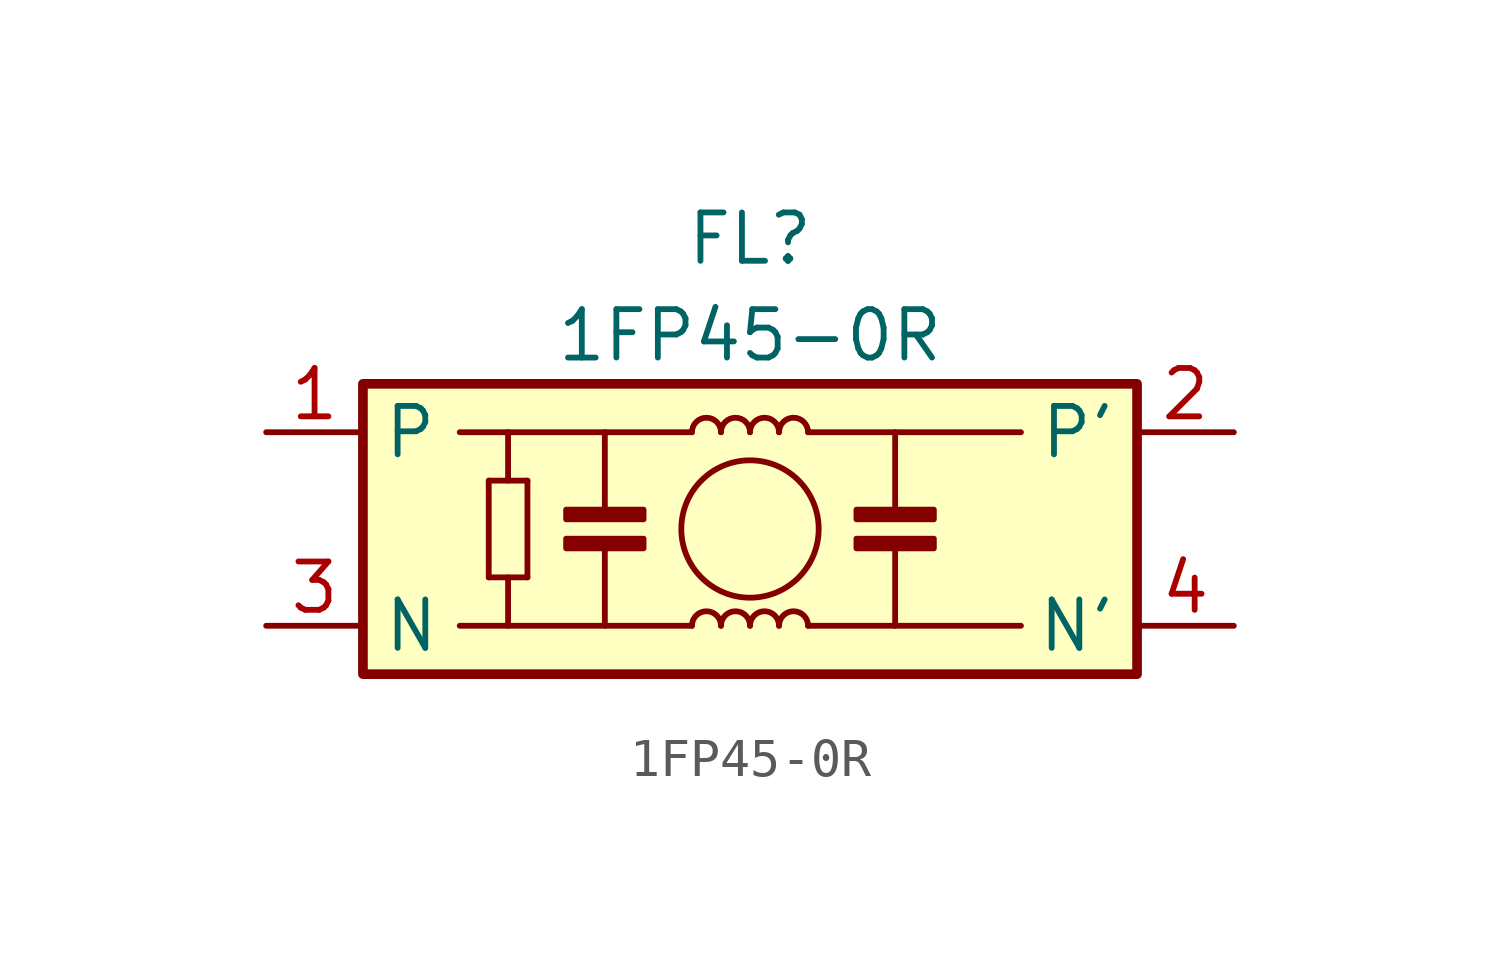
<source format=kicad_sym>
(kicad_symbol_lib
  (version 20220914)
  (generator kicad_symbol_editor)
  (symbol "1FP45-0R"
    (property "Reference" "FL"
      (at 0 7.62 0)
      (effects (font (size 1.27 1.27))))
    (property "Value" "1FP45-0R"
      (at 0 5.08 0)
      (effects (font (size 1.27 1.27))))
    (symbol "1FP45-0R_1_1"
      (rectangle (start -10.16 3.81) (end 10.16 -3.81) (stroke (width 0.254) (type default)) (fill (type background)))
      (rectangle (start -4.826 -0.254) (end -2.794 -0.508) (stroke (width 0) (type default)) (fill (type outline)))
      (rectangle (start -4.826 0.254) (end -2.794 0.508) (stroke (width 0) (type default)) (fill (type outline)))
      (arc (start -0.762 -2.54) (mid -1.143 -2.1606) (end -1.524 -2.54) (stroke (width 0) (type default)) (fill (type none)))
      (arc (start -0.762 2.54) (mid -1.143 2.9194) (end -1.524 2.54) (stroke (width 0) (type default)) (fill (type none)))
      (arc (start 0 -2.54) (mid -0.381 -2.1606) (end -0.762 -2.54) (stroke (width 0) (type default)) (fill (type none)))
      (polyline (pts (xy -6.858 -1.27) (xy -6.858 1.27)) (stroke (width 0) (type default)) (fill (type none)))
      (polyline (pts (xy -6.858 -1.27) (xy -5.842 -1.27)) (stroke (width 0) (type default)) (fill (type none)))
      (polyline (pts (xy -6.858 1.27) (xy -5.842 1.27)) (stroke (width 0) (type default)) (fill (type none)))
      (polyline (pts (xy -6.35 -1.27) (xy -6.35 -2.54)) (stroke (width 0) (type default)) (fill (type none)))
      (polyline (pts (xy -6.35 1.27) (xy -6.35 2.54)) (stroke (width 0) (type default)) (fill (type none)))
      (polyline (pts (xy -5.842 -1.27) (xy -5.842 1.27)) (stroke (width 0) (type default)) (fill (type none)))
      (polyline (pts (xy -3.81 -0.508) (xy -3.81 -2.54)) (stroke (width 0) (type default)) (fill (type none)))
      (polyline (pts (xy -3.81 0.508) (xy -3.81 2.54)) (stroke (width 0) (type default)) (fill (type none)))
      (polyline (pts (xy -1.524 -2.54) (xy -7.62 -2.54)) (stroke (width 0) (type default)) (fill (type none)))
      (polyline (pts (xy -1.524 2.54) (xy -7.62 2.54)) (stroke (width 0) (type default)) (fill (type none)))
      (polyline (pts (xy 1.524 -2.54) (xy 7.112 -2.54)) (stroke (width 0) (type default)) (fill (type none)))
      (polyline (pts (xy 3.81 -0.508) (xy 3.81 -2.54)) (stroke (width 0) (type default)) (fill (type none)))
      (polyline (pts (xy 3.81 0.508) (xy 3.81 2.54)) (stroke (width 0) (type default)) (fill (type none)))
      (polyline (pts (xy 7.112 2.54) (xy 1.524 2.54)) (stroke (width 0) (type default)) (fill (type none)))
      (circle (center 0 0) (radius 1.803) (stroke (width 0) (type default)) (fill (type none)))
      (arc (start 0 2.54) (mid -0.381 2.9194) (end -0.762 2.54) (stroke (width 0) (type default)) (fill (type none)))
      (arc (start 0.762 -2.54) (mid 0.381 -2.1606) (end 0 -2.54) (stroke (width 0) (type default)) (fill (type none)))
      (arc (start 0.762 2.54) (mid 0.381 2.9194) (end 0 2.54) (stroke (width 0) (type default)) (fill (type none)))
      (arc (start 1.524 -2.54) (mid 1.143 -2.1606) (end 0.762 -2.54) (stroke (width 0) (type default)) (fill (type none)))
      (arc (start 1.524 2.54) (mid 1.143 2.9194) (end 0.762 2.54) (stroke (width 0) (type default)) (fill (type none)))
      (rectangle (start 2.794 -0.254) (end 4.826 -0.508) (stroke (width 0) (type default)) (fill (type outline)))
      (rectangle (start 2.794 0.254) (end 4.826 0.508) (stroke (width 0) (type default)) (fill (type outline)))
      (pin passive line (at -12.7 2.54 0) (length 2.54) (name "P" (effects (font (size 1.27 1.27)))) (number "1" (effects (font (size 1.27 1.27)))))
      (pin passive line (at 12.7 2.54 180) (length 2.54) (name "P'" (effects (font (size 1.27 1.27)))) (number "2" (effects (font (size 1.27 1.27)))))
      (pin passive line (at -12.7 -2.54 0) (length 2.54) (name "N" (effects (font (size 1.27 1.27)))) (number "3" (effects (font (size 1.27 1.27)))))
      (pin passive line (at 12.7 -2.54 180) (length 2.54) (name "N'" (effects (font (size 1.27 1.27)))) (number "4" (effects (font (size 1.27 1.27))))))))
</source>
